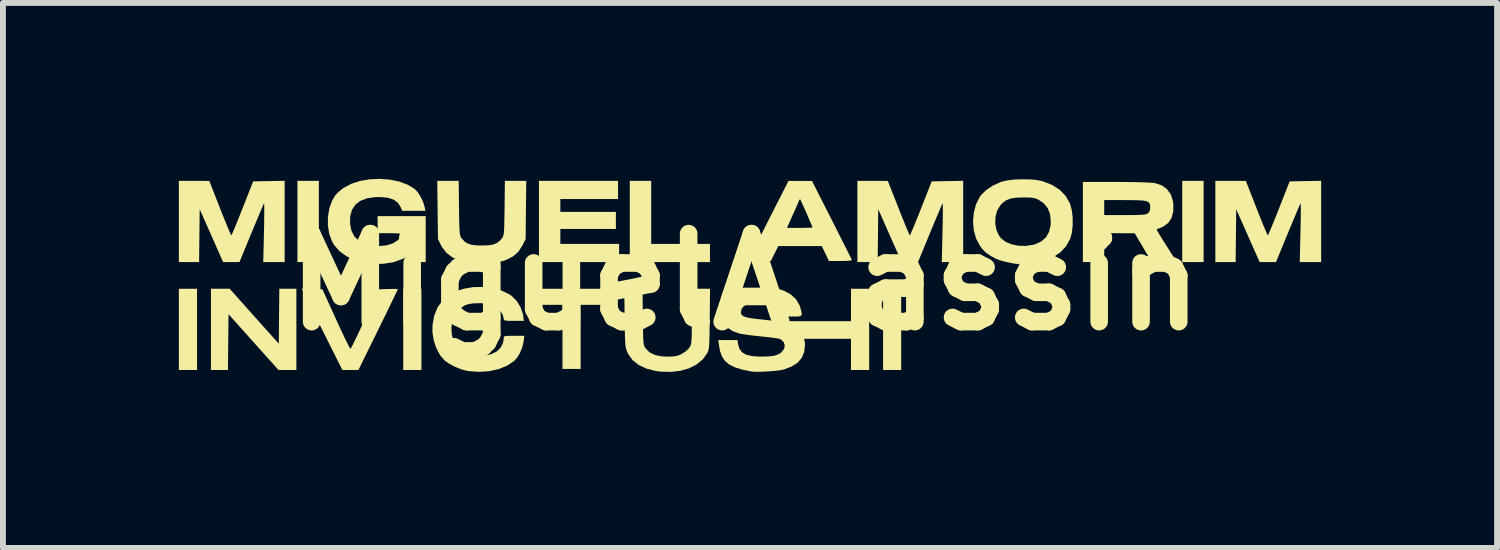
<source format=kicad_pcb>
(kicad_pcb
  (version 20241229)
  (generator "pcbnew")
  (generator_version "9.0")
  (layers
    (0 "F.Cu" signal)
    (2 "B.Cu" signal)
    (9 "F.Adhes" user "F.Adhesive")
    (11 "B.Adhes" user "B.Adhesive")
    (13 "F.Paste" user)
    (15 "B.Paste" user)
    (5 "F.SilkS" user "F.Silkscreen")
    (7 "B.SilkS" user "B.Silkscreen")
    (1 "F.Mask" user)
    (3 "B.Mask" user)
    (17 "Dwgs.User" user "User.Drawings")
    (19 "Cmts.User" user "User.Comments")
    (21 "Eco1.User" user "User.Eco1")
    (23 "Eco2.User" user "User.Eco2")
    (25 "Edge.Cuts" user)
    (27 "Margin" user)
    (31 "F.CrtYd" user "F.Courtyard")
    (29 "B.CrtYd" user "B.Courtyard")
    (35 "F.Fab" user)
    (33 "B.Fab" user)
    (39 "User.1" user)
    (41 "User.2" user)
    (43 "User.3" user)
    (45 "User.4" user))
  (footprint "MiguelA_assin"
    (layer "F.Cu")
    (at 9.657 1.756)
    (property "Reference" "MiguelA_assin" (at 0 0 0) (layer "F.SilkS") (effects (font (size 1.5 1.5) (thickness 0.3))))
    (attr board_only exclude_from_pos_files exclude_from_bom)
    (fp_poly (pts (xy -9.347 0.811) (xy -9.347 1.503) (xy -9.502 1.503) (xy -9.657 1.503) (xy -9.657 0.811) (xy -9.657 0.118) (xy -9.502 0.118) (xy -9.347 0.118)) (stroke (width 0) (type solid)) (fill yes) (layer "F.SilkS"))
    (fp_poly (pts (xy -7.27 -1.029) (xy -7.27 -0.337) (xy -7.452 -0.337) (xy -7.635 -0.337) (xy -7.635 -1.029) (xy -7.635 -1.722) (xy -7.452 -1.722) (xy -7.27 -1.722)) (stroke (width 0) (type solid)) (fill yes) (layer "F.SilkS"))
    (fp_poly (pts (xy -5.521 0.811) (xy -5.521 1.503) (xy -5.676 1.503) (xy -5.831 1.503) (xy -5.831 0.811) (xy -5.831 0.118) (xy -5.676 0.118) (xy -5.521 0.118)) (stroke (width 0) (type solid)) (fill yes) (layer "F.SilkS"))
    (fp_poly (pts (xy 2.114 0.811) (xy 2.114 1.503) (xy 1.959 1.503) (xy 1.804 1.503) (xy 1.804 0.811) (xy 1.804 0.118) (xy 1.959 0.118) (xy 2.114 0.118)) (stroke (width 0) (type solid)) (fill yes) (layer "F.SilkS"))
    (fp_poly (pts (xy 2.66 0.811) (xy 2.66 1.503) (xy 2.505 1.503) (xy 2.351 1.503) (xy 2.351 0.811) (xy 2.351 0.118) (xy 2.505 0.118) (xy 2.66 0.118)) (stroke (width 0) (type solid)) (fill yes) (layer "F.SilkS"))
    (fp_poly (pts (xy 7.817 -1.029) (xy 7.817 -0.337) (xy 7.635 -0.337) (xy 7.452 -0.337) (xy 7.452 -1.029) (xy 7.452 -1.722) (xy 7.635 -1.722) (xy 7.817 -1.722)) (stroke (width 0) (type solid)) (fill yes) (layer "F.SilkS"))
    (fp_poly (pts (xy -1.603 -1.184) (xy -1.603 -0.647) (xy -1.102 -0.647) (xy -0.601 -0.647) (xy -0.601 -0.492) (xy -0.601 -0.337) (xy -1.285 -0.337) (xy -1.968 -0.337) (xy -1.968 -1.029) (xy -1.968 -1.722) (xy -1.786 -1.722) (xy -1.603 -1.722)) (stroke (width 0) (type solid)) (fill yes) (layer "F.SilkS"))
    (fp_poly (pts (xy -2.205 0.255) (xy -2.205 0.392) (xy -2.505 0.392) (xy -2.806 0.392) (xy -2.806 0.938) (xy -2.806 1.485) (xy -2.961 1.485) (xy -3.116 1.485) (xy -3.116 0.938) (xy -3.116 0.392) (xy -3.407 0.392) (xy -3.699 0.392) (xy -3.699 0.255) (xy -3.699 0.118) (xy -2.952 0.118) (xy -2.205 0.118)) (stroke (width 0) (type solid)) (fill yes) (layer "F.SilkS"))
    (fp_poly (pts (xy -8.372 0.587) (xy -7.953 1.055) (xy -7.949 0.587) (xy -7.944 0.118) (xy -7.798 0.118) (xy -7.653 0.118) (xy -7.653 0.811) (xy -7.653 1.503) (xy -7.806 1.503) (xy -7.958 1.503) (xy -8.384 1.028) (xy -8.81 0.552) (xy -8.815 1.028) (xy -8.82 1.503) (xy -8.965 1.503) (xy -9.11 1.503) (xy -9.11 0.811) (xy -9.11 0.118) (xy -8.95 0.118) (xy -8.79 0.118)) (stroke (width 0) (type solid)) (fill yes) (layer "F.SilkS"))
    (fp_poly (pts (xy -2.168 -1.567) (xy -2.168 -1.412) (xy -2.66 -1.412) (xy -3.152 -1.412) (xy -3.152 -1.303) (xy -3.152 -1.193) (xy -2.678 -1.193) (xy -2.205 -1.193) (xy -2.205 -1.048) (xy -2.205 -0.902) (xy -2.678 -0.902) (xy -3.152 -0.902) (xy -3.152 -0.774) (xy -3.152 -0.647) (xy -2.651 -0.647) (xy -2.15 -0.647) (xy -2.15 -0.492) (xy -2.15 -0.337) (xy -2.833 -0.337) (xy -3.517 -0.337) (xy -3.517 -1.029) (xy -3.517 -1.722) (xy -2.842 -1.722) (xy -2.168 -1.722)) (stroke (width 0) (type solid)) (fill yes) (layer "F.SilkS"))
    (fp_poly (pts (xy -7.386 0.122) (xy -7.209 0.128) (xy -6.978 0.635) (xy -6.921 0.761) (xy -6.867 0.875) (xy -6.82 0.975) (xy -6.78 1.054) (xy -6.751 1.111) (xy -6.734 1.139) (xy -6.731 1.142) (xy -6.72 1.126) (xy -6.696 1.081) (xy -6.661 1.011) (xy -6.617 0.919) (xy -6.566 0.811) (xy -6.51 0.689) (xy -6.486 0.635) (xy -6.257 0.128) (xy -6.089 0.122) (xy -6.016 0.121) (xy -5.959 0.121) (xy -5.927 0.123) (xy -5.922 0.124) (xy -5.93 0.142) (xy -5.952 0.188) (xy -5.987 0.261) (xy -6.033 0.356) (xy -6.088 0.469) (xy -6.151 0.599) (xy -6.221 0.741) (xy -6.258 0.817) (xy -6.595 1.503) (xy -6.732 1.503) (xy -6.869 1.503) (xy -7.216 0.81) (xy -7.562 0.117)) (stroke (width 0) (type solid)) (fill yes) (layer "F.SilkS"))
    (fp_poly (pts (xy -7.853 -1.03) (xy -7.853 -0.337) (xy -8.036 -0.337) (xy -8.218 -0.337) (xy -8.206 -0.843) (xy -8.203 -0.974) (xy -8.202 -1.091) (xy -8.201 -1.191) (xy -8.201 -1.269) (xy -8.202 -1.32) (xy -8.204 -1.339) (xy -8.204 -1.339) (xy -8.213 -1.321) (xy -8.234 -1.273) (xy -8.266 -1.2) (xy -8.305 -1.105) (xy -8.352 -0.995) (xy -8.403 -0.871) (xy -8.419 -0.834) (xy -8.623 -0.337) (xy -8.763 -0.337) (xy -8.903 -0.337) (xy -9.102 -0.788) (xy -9.302 -1.238) (xy -9.307 -0.788) (xy -9.312 -0.337) (xy -9.484 -0.337) (xy -9.657 -0.337) (xy -9.657 -1.029) (xy -9.657 -1.722) (xy -9.397 -1.722) (xy -9.138 -1.721) (xy -8.956 -1.257) (xy -8.908 -1.135) (xy -8.863 -1.026) (xy -8.825 -0.932) (xy -8.795 -0.859) (xy -8.773 -0.811) (xy -8.763 -0.793) (xy -8.763 -0.793) (xy -8.754 -0.809) (xy -8.733 -0.855) (xy -8.703 -0.926) (xy -8.665 -1.018) (xy -8.622 -1.126) (xy -8.574 -1.247) (xy -8.571 -1.253) (xy -8.39 -1.713) (xy -8.122 -1.718) (xy -7.853 -1.723)) (stroke (width 0) (type solid)) (fill yes) (layer "F.SilkS"))
    (fp_poly (pts (xy 3.717 -1.03) (xy 3.717 -0.337) (xy 3.535 -0.337) (xy 3.352 -0.337) (xy 3.364 -0.843) (xy 3.367 -0.974) (xy 3.369 -1.091) (xy 3.37 -1.191) (xy 3.37 -1.269) (xy 3.369 -1.32) (xy 3.367 -1.339) (xy 3.366 -1.339) (xy 3.357 -1.321) (xy 3.336 -1.273) (xy 3.305 -1.2) (xy 3.265 -1.105) (xy 3.219 -0.995) (xy 3.167 -0.871) (xy 3.152 -0.834) (xy 2.947 -0.337) (xy 2.807 -0.337) (xy 2.668 -0.337) (xy 2.468 -0.788) (xy 2.269 -1.238) (xy 2.264 -0.788) (xy 2.259 -0.337) (xy 2.086 -0.337) (xy 1.913 -0.337) (xy 1.913 -1.029) (xy 1.913 -1.722) (xy 2.173 -1.722) (xy 2.432 -1.721) (xy 2.615 -1.257) (xy 2.663 -1.135) (xy 2.707 -1.026) (xy 2.745 -0.932) (xy 2.776 -0.859) (xy 2.797 -0.811) (xy 2.807 -0.793) (xy 2.807 -0.793) (xy 2.816 -0.809) (xy 2.837 -0.855) (xy 2.867 -0.926) (xy 2.905 -1.018) (xy 2.949 -1.126) (xy 2.997 -1.247) (xy 2.999 -1.253) (xy 3.18 -1.713) (xy 3.449 -1.718) (xy 3.717 -1.723)) (stroke (width 0) (type solid)) (fill yes) (layer "F.SilkS"))
    (fp_poly (pts (xy 9.821 -1.03) (xy 9.821 -0.337) (xy 9.639 -0.337) (xy 9.456 -0.337) (xy 9.468 -0.843) (xy 9.471 -0.974) (xy 9.473 -1.091) (xy 9.474 -1.191) (xy 9.474 -1.269) (xy 9.473 -1.32) (xy 9.471 -1.339) (xy 9.47 -1.339) (xy 9.461 -1.321) (xy 9.44 -1.273) (xy 9.409 -1.2) (xy 9.369 -1.105) (xy 9.323 -0.995) (xy 9.271 -0.871) (xy 9.256 -0.834) (xy 9.051 -0.337) (xy 8.911 -0.337) (xy 8.772 -0.337) (xy 8.572 -0.788) (xy 8.373 -1.238) (xy 8.368 -0.788) (xy 8.363 -0.337) (xy 8.19 -0.337) (xy 8.017 -0.337) (xy 8.017 -1.029) (xy 8.017 -1.722) (xy 8.277 -1.722) (xy 8.537 -1.721) (xy 8.719 -1.257) (xy 8.767 -1.135) (xy 8.811 -1.026) (xy 8.849 -0.932) (xy 8.88 -0.859) (xy 8.901 -0.811) (xy 8.911 -0.793) (xy 8.911 -0.793) (xy 8.92 -0.809) (xy 8.941 -0.855) (xy 8.971 -0.926) (xy 9.009 -1.018) (xy 9.053 -1.126) (xy 9.101 -1.247) (xy 9.103 -1.253) (xy 9.284 -1.713) (xy 9.553 -1.718) (xy 9.821 -1.723)) (stroke (width 0) (type solid)) (fill yes) (layer "F.SilkS"))
    (fp_poly (pts (xy -4.88 -1.259) (xy -4.878 -1.116) (xy -4.876 -1.005) (xy -4.873 -0.922) (xy -4.87 -0.861) (xy -4.865 -0.817) (xy -4.858 -0.787) (xy -4.85 -0.765) (xy -4.839 -0.748) (xy -4.836 -0.744) (xy -4.788 -0.69) (xy -4.733 -0.654) (xy -4.665 -0.632) (xy -4.573 -0.621) (xy -4.491 -0.62) (xy -4.38 -0.623) (xy -4.296 -0.637) (xy -4.232 -0.663) (xy -4.181 -0.704) (xy -4.147 -0.744) (xy -4.135 -0.761) (xy -4.126 -0.782) (xy -4.119 -0.81) (xy -4.114 -0.85) (xy -4.11 -0.907) (xy -4.108 -0.985) (xy -4.106 -1.09) (xy -4.104 -1.225) (xy -4.103 -1.259) (xy -4.098 -1.722) (xy -3.915 -1.722) (xy -3.733 -1.722) (xy -3.739 -1.225) (xy -3.744 -0.729) (xy -3.799 -0.62) (xy -3.866 -0.516) (xy -3.955 -0.436) (xy -4.07 -0.377) (xy -4.13 -0.356) (xy -4.227 -0.334) (xy -4.346 -0.318) (xy -4.472 -0.309) (xy -4.593 -0.309) (xy -4.694 -0.318) (xy -4.858 -0.356) (xy -4.992 -0.416) (xy -5.097 -0.497) (xy -5.175 -0.6) (xy -5.186 -0.623) (xy -5.239 -0.729) (xy -5.245 -1.225) (xy -5.251 -1.722) (xy -5.068 -1.722) (xy -4.885 -1.722)) (stroke (width 0) (type solid)) (fill yes) (layer "F.SilkS"))
    (fp_poly (pts (xy 0.938 -1.721) (xy 1.139 -1.721) (xy 1.476 -1.056) (xy 1.549 -0.912) (xy 1.617 -0.777) (xy 1.678 -0.656) (xy 1.73 -0.552) (xy 1.772 -0.469) (xy 1.802 -0.409) (xy 1.817 -0.377) (xy 1.819 -0.373) (xy 1.805 -0.365) (xy 1.758 -0.359) (xy 1.685 -0.356) (xy 1.627 -0.355) (xy 1.428 -0.355) (xy 1.367 -0.483) (xy 1.305 -0.61) (xy 0.935 -0.61) (xy 0.565 -0.61) (xy 0.501 -0.483) (xy 0.437 -0.355) (xy 0.246 -0.355) (xy 0.167 -0.356) (xy 0.104 -0.359) (xy 0.065 -0.363) (xy 0.055 -0.366) (xy 0.063 -0.384) (xy 0.085 -0.431) (xy 0.121 -0.504) (xy 0.169 -0.599) (xy 0.226 -0.712) (xy 0.291 -0.841) (xy 0.331 -0.92) (xy 0.712 -0.92) (xy 0.93 -0.92) (xy 1.014 -0.921) (xy 1.083 -0.923) (xy 1.13 -0.925) (xy 1.148 -0.929) (xy 1.148 -0.929) (xy 1.141 -0.948) (xy 1.122 -0.992) (xy 1.095 -1.055) (xy 1.063 -1.13) (xy 1.029 -1.208) (xy 0.996 -1.282) (xy 0.967 -1.346) (xy 0.946 -1.391) (xy 0.937 -1.41) (xy 0.937 -1.41) (xy 0.926 -1.401) (xy 0.913 -1.374) (xy 0.899 -1.34) (xy 0.874 -1.282) (xy 0.841 -1.207) (xy 0.804 -1.125) (xy 0.712 -0.92) (xy 0.331 -0.92) (xy 0.362 -0.981) (xy 0.396 -1.049) (xy 0.738 -1.721)) (stroke (width 0) (type solid)) (fill yes) (layer "F.SilkS"))
    (fp_poly (pts (xy 6.465 -1.703) (xy 6.603 -1.701) (xy 6.727 -1.699) (xy 6.834 -1.695) (xy 6.917 -1.691) (xy 6.97 -1.687) (xy 6.981 -1.685) (xy 7.098 -1.648) (xy 7.189 -1.584) (xy 7.255 -1.496) (xy 7.293 -1.383) (xy 7.301 -1.326) (xy 7.299 -1.197) (xy 7.27 -1.089) (xy 7.213 -1.004) (xy 7.13 -0.943) (xy 7.097 -0.928) (xy 7.049 -0.909) (xy 7.02 -0.894) (xy 7.015 -0.89) (xy 7.024 -0.873) (xy 7.05 -0.83) (xy 7.089 -0.766) (xy 7.138 -0.687) (xy 7.187 -0.61) (xy 7.359 -0.337) (xy 7.145 -0.337) (xy 6.932 -0.337) (xy 6.787 -0.583) (xy 6.642 -0.828) (xy 6.382 -0.829) (xy 6.122 -0.829) (xy 6.122 -0.583) (xy 6.122 -0.337) (xy 5.94 -0.337) (xy 5.758 -0.337) (xy 5.758 -1.02) (xy 5.758 -1.266) (xy 6.122 -1.266) (xy 6.122 -1.139) (xy 6.473 -1.139) (xy 6.6 -1.139) (xy 6.696 -1.141) (xy 6.765 -1.144) (xy 6.813 -1.149) (xy 6.845 -1.157) (xy 6.865 -1.167) (xy 6.895 -1.201) (xy 6.906 -1.254) (xy 6.906 -1.266) (xy 6.904 -1.307) (xy 6.895 -1.337) (xy 6.875 -1.36) (xy 6.84 -1.376) (xy 6.786 -1.386) (xy 6.707 -1.391) (xy 6.6 -1.393) (xy 6.473 -1.394) (xy 6.122 -1.394) (xy 6.122 -1.266) (xy 5.758 -1.266) (xy 5.758 -1.704) (xy 6.32 -1.704)) (stroke (width 0) (type solid)) (fill yes) (layer "F.SilkS"))
    (fp_poly (pts (xy -1.746 0.597) (xy -1.744 0.741) (xy -1.742 0.854) (xy -1.74 0.939) (xy -1.737 1.002) (xy -1.732 1.047) (xy -1.726 1.079) (xy -1.717 1.102) (xy -1.706 1.122) (xy -1.696 1.137) (xy -1.631 1.202) (xy -1.541 1.246) (xy -1.426 1.27) (xy -1.33 1.275) (xy -1.245 1.273) (xy -1.183 1.266) (xy -1.13 1.251) (xy -1.084 1.23) (xy -1.021 1.19) (xy -0.968 1.143) (xy -0.952 1.122) (xy -0.94 1.102) (xy -0.93 1.081) (xy -0.923 1.055) (xy -0.918 1.018) (xy -0.914 0.966) (xy -0.912 0.894) (xy -0.911 0.797) (xy -0.911 0.672) (xy -0.911 0.589) (xy -0.911 0.118) (xy -0.755 0.118) (xy -0.599 0.118) (xy -0.605 0.633) (xy -0.607 0.784) (xy -0.608 0.904) (xy -0.611 0.996) (xy -0.614 1.065) (xy -0.618 1.116) (xy -0.624 1.153) (xy -0.632 1.182) (xy -0.642 1.205) (xy -0.65 1.221) (xy -0.726 1.325) (xy -0.831 1.41) (xy -0.958 1.475) (xy -1.106 1.517) (xy -1.269 1.536) (xy -1.443 1.531) (xy -1.524 1.52) (xy -1.683 1.48) (xy -1.815 1.418) (xy -1.919 1.336) (xy -1.994 1.233) (xy -2.006 1.208) (xy -2.019 1.178) (xy -2.029 1.148) (xy -2.037 1.115) (xy -2.043 1.073) (xy -2.047 1.017) (xy -2.05 0.942) (xy -2.053 0.844) (xy -2.054 0.717) (xy -2.056 0.615) (xy -2.062 0.118) (xy -1.906 0.118) (xy -1.751 0.118)) (stroke (width 0) (type solid)) (fill yes) (layer "F.SilkS"))
    (fp_poly (pts (xy -6.06 -1.743) (xy -5.899 -1.71) (xy -5.755 -1.656) (xy -5.64 -1.587) (xy -5.587 -1.532) (xy -5.536 -1.453) (xy -5.493 -1.364) (xy -5.469 -1.288) (xy -5.452 -1.212) (xy -5.65 -1.212) (xy -5.848 -1.212) (xy -5.874 -1.272) (xy -5.921 -1.347) (xy -5.993 -1.401) (xy -6.092 -1.434) (xy -6.219 -1.446) (xy -6.304 -1.445) (xy -6.447 -1.425) (xy -6.561 -1.382) (xy -6.648 -1.315) (xy -6.706 -1.226) (xy -6.736 -1.114) (xy -6.738 -0.993) (xy -6.714 -0.87) (xy -6.662 -0.771) (xy -6.583 -0.695) (xy -6.476 -0.643) (xy -6.343 -0.615) (xy -6.243 -0.61) (xy -6.118 -0.622) (xy -6.01 -0.655) (xy -5.927 -0.708) (xy -5.905 -0.73) (xy -5.872 -0.771) (xy -5.852 -0.803) (xy -5.849 -0.811) (xy -5.866 -0.819) (xy -5.914 -0.825) (xy -5.987 -0.828) (xy -6.058 -0.829) (xy -6.268 -0.829) (xy -6.268 -0.975) (xy -6.268 -1.121) (xy -5.858 -1.121) (xy -5.448 -1.121) (xy -5.448 -0.729) (xy -5.448 -0.337) (xy -5.594 -0.337) (xy -5.74 -0.337) (xy -5.74 -0.389) (xy -5.74 -0.44) (xy -5.844 -0.39) (xy -6.003 -0.333) (xy -6.18 -0.307) (xy -6.373 -0.31) (xy -6.499 -0.328) (xy -6.658 -0.371) (xy -6.799 -0.437) (xy -6.918 -0.523) (xy -7.009 -0.627) (xy -7.043 -0.684) (xy -7.092 -0.815) (xy -7.116 -0.96) (xy -7.115 -1.109) (xy -7.091 -1.253) (xy -7.044 -1.385) (xy -6.988 -1.477) (xy -6.945 -1.523) (xy -6.887 -1.574) (xy -6.845 -1.604) (xy -6.715 -1.673) (xy -6.564 -1.721) (xy -6.4 -1.749) (xy -6.229 -1.756)) (stroke (width 0) (type solid)) (fill yes) (layer "F.SilkS"))
    (fp_poly (pts (xy 4.847 -1.747) (xy 4.966 -1.737) (xy 5.064 -1.718) (xy 5.074 -1.715) (xy 5.235 -1.652) (xy 5.365 -1.568) (xy 5.465 -1.464) (xy 5.536 -1.339) (xy 5.54 -1.329) (xy 5.569 -1.222) (xy 5.584 -1.095) (xy 5.584 -0.962) (xy 5.57 -0.836) (xy 5.541 -0.733) (xy 5.474 -0.61) (xy 5.376 -0.505) (xy 5.252 -0.42) (xy 5.103 -0.358) (xy 4.976 -0.327) (xy 4.875 -0.313) (xy 4.769 -0.305) (xy 4.671 -0.304) (xy 4.593 -0.31) (xy 4.583 -0.312) (xy 4.479 -0.333) (xy 4.402 -0.351) (xy 4.344 -0.368) (xy 4.296 -0.386) (xy 4.255 -0.405) (xy 4.164 -0.456) (xy 4.095 -0.506) (xy 4.039 -0.565) (xy 4 -0.619) (xy 3.936 -0.741) (xy 3.898 -0.88) (xy 3.888 -0.995) (xy 4.264 -0.995) (xy 4.284 -0.885) (xy 4.328 -0.788) (xy 4.361 -0.744) (xy 4.439 -0.683) (xy 4.542 -0.64) (xy 4.66 -0.616) (xy 4.785 -0.613) (xy 4.91 -0.632) (xy 4.934 -0.638) (xy 5.045 -0.687) (xy 5.128 -0.758) (xy 5.182 -0.853) (xy 5.208 -0.97) (xy 5.211 -1.026) (xy 5.199 -1.152) (xy 5.16 -1.254) (xy 5.093 -1.337) (xy 5.002 -1.4) (xy 4.962 -1.419) (xy 4.918 -1.43) (xy 4.861 -1.437) (xy 4.782 -1.439) (xy 4.737 -1.439) (xy 4.616 -1.435) (xy 4.523 -1.419) (xy 4.449 -1.39) (xy 4.388 -1.345) (xy 4.349 -1.303) (xy 4.296 -1.214) (xy 4.268 -1.108) (xy 4.264 -0.995) (xy 3.888 -0.995) (xy 3.885 -1.028) (xy 3.898 -1.177) (xy 3.934 -1.317) (xy 3.996 -1.442) (xy 4.025 -1.483) (xy 4.109 -1.565) (xy 4.22 -1.639) (xy 4.347 -1.698) (xy 4.378 -1.708) (xy 4.47 -1.73) (xy 4.587 -1.744) (xy 4.717 -1.749)) (stroke (width 0) (type solid)) (fill yes) (layer "F.SilkS"))
    (fp_poly (pts (xy -4.303 0.107) (xy -4.153 0.15) (xy -4.023 0.212) (xy -3.981 0.241) (xy -3.896 0.326) (xy -3.83 0.433) (xy -3.79 0.549) (xy -3.784 0.588) (xy -3.775 0.665) (xy -3.947 0.665) (xy -4.026 0.665) (xy -4.077 0.662) (xy -4.104 0.656) (xy -4.116 0.645) (xy -4.118 0.627) (xy -4.118 0.627) (xy -4.133 0.566) (xy -4.171 0.5) (xy -4.226 0.44) (xy -4.27 0.408) (xy -4.311 0.387) (xy -4.352 0.374) (xy -4.404 0.367) (xy -4.477 0.365) (xy -4.528 0.364) (xy -4.635 0.367) (xy -4.717 0.379) (xy -4.782 0.402) (xy -4.842 0.441) (xy -4.897 0.489) (xy -4.956 0.568) (xy -4.993 0.667) (xy -5.009 0.779) (xy -5.004 0.894) (xy -4.977 1.002) (xy -4.928 1.095) (xy -4.916 1.11) (xy -4.837 1.183) (xy -4.739 1.232) (xy -4.617 1.258) (xy -4.584 1.261) (xy -4.45 1.26) (xy -4.335 1.235) (xy -4.24 1.189) (xy -4.171 1.124) (xy -4.129 1.042) (xy -4.118 0.965) (xy -4.117 0.944) (xy -4.108 0.931) (xy -4.086 0.924) (xy -4.043 0.921) (xy -3.972 0.92) (xy -3.942 0.92) (xy -3.767 0.92) (xy -3.778 1.015) (xy -3.8 1.114) (xy -3.841 1.213) (xy -3.894 1.299) (xy -3.941 1.35) (xy -4.061 1.43) (xy -4.205 1.488) (xy -4.367 1.524) (xy -4.541 1.535) (xy -4.719 1.522) (xy -4.737 1.519) (xy -4.842 1.492) (xy -4.953 1.447) (xy -5.055 1.392) (xy -5.123 1.343) (xy -5.202 1.252) (xy -5.265 1.135) (xy -5.31 1.003) (xy -5.333 0.862) (xy -5.332 0.737) (xy -5.302 0.573) (xy -5.244 0.433) (xy -5.158 0.315) (xy -5.044 0.221) (xy -4.901 0.15) (xy -4.792 0.116) (xy -4.631 0.089) (xy -4.465 0.087)) (stroke (width 0) (type solid)) (fill yes) (layer "F.SilkS"))
    (fp_poly (pts (xy 0.273 0.11) (xy 0.385 0.111) (xy 0.468 0.113) (xy 0.53 0.118) (xy 0.579 0.126) (xy 0.623 0.138) (xy 0.663 0.153) (xy 0.778 0.215) (xy 0.867 0.298) (xy 0.926 0.398) (xy 0.937 0.43) (xy 0.958 0.504) (xy 0.966 0.551) (xy 0.954 0.577) (xy 0.919 0.589) (xy 0.855 0.592) (xy 0.802 0.592) (xy 0.724 0.592) (xy 0.676 0.589) (xy 0.65 0.582) (xy 0.639 0.57) (xy 0.638 0.555) (xy 0.622 0.489) (xy 0.582 0.429) (xy 0.534 0.392) (xy 0.494 0.381) (xy 0.428 0.37) (xy 0.348 0.362) (xy 0.304 0.359) (xy 0.165 0.36) (xy 0.057 0.377) (xy -0.018 0.41) (xy -0.061 0.459) (xy -0.073 0.515) (xy -0.069 0.545) (xy -0.054 0.569) (xy -0.025 0.589) (xy 0.024 0.605) (xy 0.095 0.619) (xy 0.195 0.633) (xy 0.326 0.647) (xy 0.34 0.649) (xy 0.455 0.661) (xy 0.564 0.675) (xy 0.658 0.689) (xy 0.731 0.703) (xy 0.771 0.713) (xy 0.874 0.764) (xy 0.951 0.84) (xy 1 0.938) (xy 1.02 1.056) (xy 1.02 1.075) (xy 1.006 1.196) (xy 0.964 1.297) (xy 0.893 1.38) (xy 0.79 1.445) (xy 0.655 1.495) (xy 0.647 1.497) (xy 0.59 1.508) (xy 0.509 1.518) (xy 0.414 1.526) (xy 0.315 1.531) (xy 0.224 1.534) (xy 0.149 1.533) (xy 0.109 1.529) (xy -0.049 1.497) (xy -0.175 1.458) (xy -0.272 1.41) (xy -0.344 1.35) (xy -0.395 1.274) (xy -0.429 1.181) (xy -0.446 1.089) (xy -0.459 0.993) (xy -0.296 0.993) (xy -0.132 0.993) (xy -0.121 1.063) (xy -0.098 1.141) (xy -0.055 1.199) (xy 0.011 1.24) (xy 0.103 1.264) (xy 0.226 1.274) (xy 0.264 1.275) (xy 0.382 1.272) (xy 0.471 1.264) (xy 0.538 1.247) (xy 0.591 1.221) (xy 0.619 1.2) (xy 0.663 1.144) (xy 0.675 1.084) (xy 0.657 1.028) (xy 0.611 0.984) (xy 0.574 0.969) (xy 0.544 0.963) (xy 0.484 0.955) (xy 0.403 0.945) (xy 0.308 0.935) (xy 0.255 0.929) (xy 0.151 0.918) (xy 0.054 0.906) (xy -0.027 0.894) (xy -0.084 0.885) (xy -0.1 0.881) (xy -0.215 0.84) (xy -0.299 0.783) (xy -0.356 0.709) (xy -0.388 0.612) (xy -0.392 0.582) (xy -0.393 0.461) (xy -0.36 0.355) (xy -0.295 0.265) (xy -0.198 0.191) (xy -0.118 0.153) (xy -0.073 0.137) (xy -0.03 0.125) (xy 0.019 0.117) (xy 0.08 0.113) (xy 0.162 0.111) (xy 0.273 0.11)) (stroke (width 0) (type solid)) (fill yes) (layer "F.SilkS")))
  (gr_rect
    (start -3 -3)
    (end 22.478 6.293)
    (stroke (width 0.1) (type default))
    (fill no)
    (layer "Edge.Cuts")))
</source>
